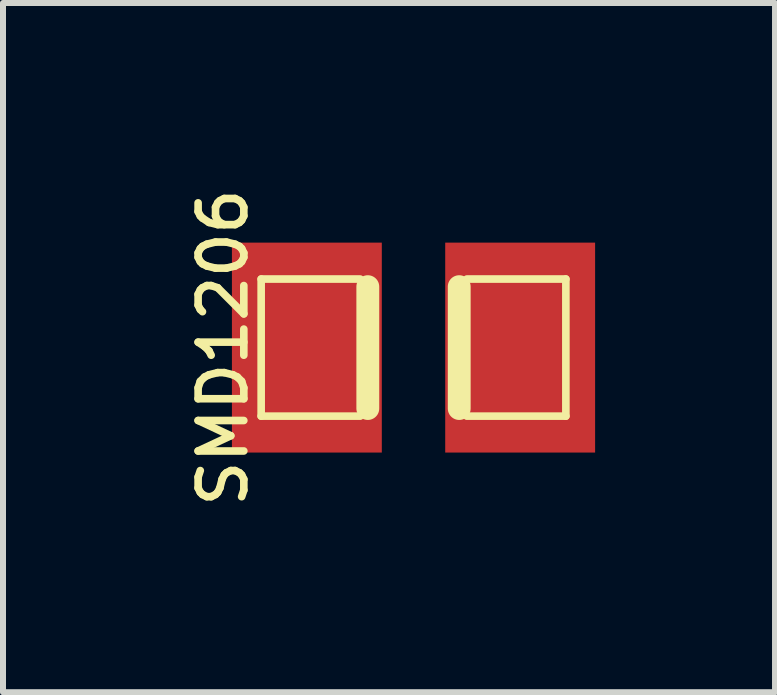
<source format=kicad_pcb>
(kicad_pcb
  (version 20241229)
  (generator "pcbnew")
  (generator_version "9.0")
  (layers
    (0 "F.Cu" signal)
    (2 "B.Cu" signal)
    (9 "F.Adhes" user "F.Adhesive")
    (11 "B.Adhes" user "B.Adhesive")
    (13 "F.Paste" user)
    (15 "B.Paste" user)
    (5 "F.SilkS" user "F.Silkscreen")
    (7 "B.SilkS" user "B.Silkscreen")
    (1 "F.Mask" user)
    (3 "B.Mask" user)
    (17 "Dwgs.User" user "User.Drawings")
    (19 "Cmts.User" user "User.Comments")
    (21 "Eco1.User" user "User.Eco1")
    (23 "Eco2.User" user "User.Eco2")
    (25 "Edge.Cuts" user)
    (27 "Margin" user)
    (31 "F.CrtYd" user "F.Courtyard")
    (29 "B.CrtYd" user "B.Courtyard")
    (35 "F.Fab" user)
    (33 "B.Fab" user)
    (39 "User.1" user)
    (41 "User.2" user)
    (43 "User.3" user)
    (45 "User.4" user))
  (footprint "SMD1206"
    (layer "F.Cu")
    (at 3.844 2.745)
    (property "Reference" "SMD1206" (at -3.175 0 90) (layer "F.SilkS") (effects (font (size 0.762 0.762) (thickness 0.127))))
    (attr smd)
    (fp_line (start -2.54 -1.143) (end -2.54 1.143) (stroke (width 0.127) (type solid)) (layer "F.SilkS"))
    (fp_line (start -2.54 1.143) (end -0.889 1.143) (stroke (width 0.127) (type solid)) (layer "F.SilkS"))
    (fp_line (start -0.889 -1.143) (end -2.54 -1.143) (stroke (width 0.127) (type solid)) (layer "F.SilkS"))
    (fp_line (start -0.762 -1.016) (end -0.762 1.016) (stroke (width 0.381) (type solid)) (layer "F.SilkS"))
    (fp_line (start 0.762 -1.016) (end 0.762 1.016) (stroke (width 0.381) (type solid)) (layer "F.SilkS"))
    (fp_line (start 0.889 -1.143) (end 2.54 -1.143) (stroke (width 0.127) (type solid)) (layer "F.SilkS"))
    (fp_line (start 2.54 -1.143) (end 2.54 1.143) (stroke (width 0.127) (type solid)) (layer "F.SilkS"))
    (fp_line (start 2.54 1.143) (end 0.889 1.143) (stroke (width 0.127) (type solid)) (layer "F.SilkS"))
    (pad "1" smd rect (at -1.778 0) (size 2.499 3.5) (layers "F.Cu" "F.Mask" "F.Paste"))
    (pad "2" smd rect (at 1.778 0) (size 2.499 3.5) (layers "F.Cu" "F.Mask" "F.Paste")))
  (gr_rect
    (start -3 -3)
    (end 9.871 8.49)
    (stroke (width 0.1) (type default))
    (fill no)
    (layer "Edge.Cuts")))
</source>
